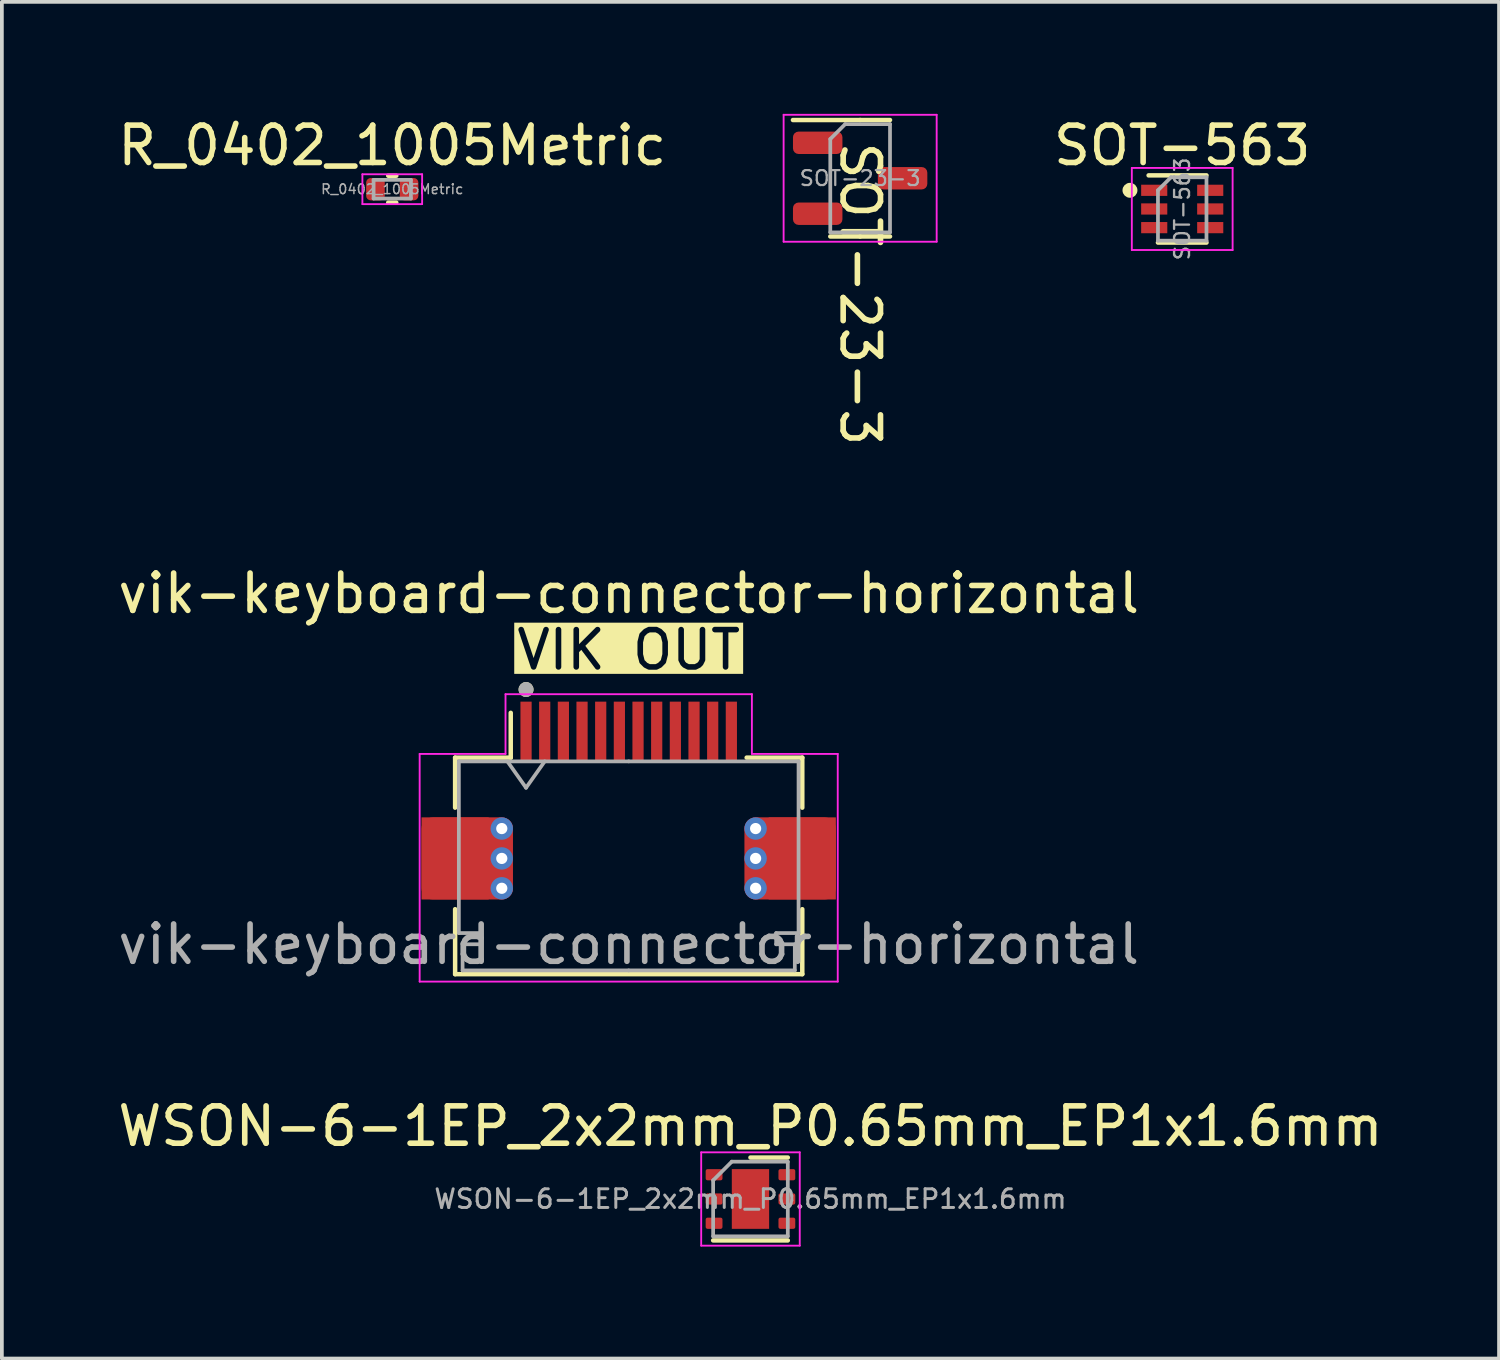
<source format=kicad_pcb>
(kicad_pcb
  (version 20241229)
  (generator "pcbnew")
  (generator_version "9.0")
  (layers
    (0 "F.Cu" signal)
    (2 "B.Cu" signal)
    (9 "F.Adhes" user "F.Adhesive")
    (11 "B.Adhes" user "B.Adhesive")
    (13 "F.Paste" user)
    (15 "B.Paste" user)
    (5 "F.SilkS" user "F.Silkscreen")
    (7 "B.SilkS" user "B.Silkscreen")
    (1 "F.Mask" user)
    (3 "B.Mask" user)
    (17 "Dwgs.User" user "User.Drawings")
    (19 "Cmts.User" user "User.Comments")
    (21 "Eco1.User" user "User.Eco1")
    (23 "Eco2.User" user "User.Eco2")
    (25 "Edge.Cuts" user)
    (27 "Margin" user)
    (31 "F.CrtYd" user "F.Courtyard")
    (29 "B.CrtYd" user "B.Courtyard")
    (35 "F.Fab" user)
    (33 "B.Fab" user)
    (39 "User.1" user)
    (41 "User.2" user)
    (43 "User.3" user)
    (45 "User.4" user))
  (footprint "R_0402_1005Metric"
    (layer "F.Cu")
    (at 7.458 2.018)
    (property "Reference" "R_0402_1005Metric" (at 0 -1.17 0) (layer "F.SilkS") (effects (font (size 1 1) (thickness 0.15))))
    (attr smd)
    (fp_line (start -0.108 -0.36) (end 0.108 -0.36) (stroke (width 0.12) (type solid)) (layer "F.SilkS"))
    (fp_line (start -0.108 0.36) (end 0.108 0.36) (stroke (width 0.12) (type solid)) (layer "F.SilkS"))
    (fp_line (start -0.8 -0.4) (end 0.8 -0.4) (stroke (width 0.05) (type solid)) (layer "F.CrtYd"))
    (fp_line (start -0.8 0.4) (end -0.8 -0.4) (stroke (width 0.05) (type solid)) (layer "F.CrtYd"))
    (fp_line (start 0.8 0.4) (end -0.8 0.4) (stroke (width 0.05) (type solid)) (layer "F.CrtYd"))
    (fp_line (start 0.8 0.4) (end 0.8 -0.4) (stroke (width 0.05) (type solid)) (layer "F.CrtYd"))
    (fp_line (start -0.5 -0.25) (end 0.5 -0.25) (stroke (width 0.1) (type solid)) (layer "F.Fab"))
    (fp_line (start -0.5 0.25) (end -0.5 -0.25) (stroke (width 0.1) (type solid)) (layer "F.Fab"))
    (fp_line (start 0.5 -0.25) (end 0.5 0.25) (stroke (width 0.1) (type solid)) (layer "F.Fab"))
    (fp_line (start 0.5 0.25) (end -0.5 0.25) (stroke (width 0.1) (type solid)) (layer "F.Fab"))
    (fp_text user "${REFERENCE}" (at 0 0 0) (layer "F.Fab") (effects (font (size 0.26 0.26) (thickness 0.04))))
    (pad "1" smd roundrect (at -0.45 0) (size 0.5 0.6) (layers "F.Cu" "F.Mask" "F.Paste") (roundrect_rratio 0.25))
    (pad "2" smd roundrect (at 0.45 0) (size 0.5 0.6) (layers "F.Cu" "F.Mask" "F.Paste") (roundrect_rratio 0.25)))
  (footprint "vik-keyboard-connector-horizontal"
    (layer "F.Cu")
    (at 13.792 18.546)
    (property "Reference" "vik-keyboard-connector-horizontal" (at 0 -5.7 0) (layer "F.SilkS") (effects (font (size 1 1) (thickness 0.15))))
    (attr smd)
    (fp_line (start -4.65 -1.3) (end -4.65 0.04) (stroke (width 0.12) (type solid)) (layer "F.SilkS"))
    (fp_line (start -4.65 2.76) (end -4.65 4.5) (stroke (width 0.12) (type solid)) (layer "F.SilkS"))
    (fp_line (start -4.65 4.5) (end 4.65 4.5) (stroke (width 0.12) (type solid)) (layer "F.SilkS"))
    (fp_line (start -3.16 -1.3) (end -4.65 -1.3) (stroke (width 0.12) (type solid)) (layer "F.SilkS"))
    (fp_line (start -3.16 -1.3) (end -3.16 -2.5) (stroke (width 0.12) (type solid)) (layer "F.SilkS"))
    (fp_line (start 3.16 -1.3) (end 4.65 -1.3) (stroke (width 0.12) (type solid)) (layer "F.SilkS"))
    (fp_line (start 4.65 -1.3) (end 4.65 0.04) (stroke (width 0.12) (type solid)) (layer "F.SilkS"))
    (fp_line (start 4.65 4.5) (end 4.65 2.76) (stroke (width 0.12) (type solid)) (layer "F.SilkS"))
    (fp_circle (center -2.75 -3.125) (end -2.65 -3.125) (stroke (width 0.2) (type solid)) (fill no) (layer "F.SilkS"))
    (fp_line (start -5.6 -1.4) (end -5.6 4.7) (stroke (width 0.05) (type solid)) (layer "F.CrtYd"))
    (fp_line (start -3.3 -1.4) (end -5.6 -1.4) (stroke (width 0.05) (type default)) (layer "F.CrtYd"))
    (fp_line (start -3.3 -1.4) (end -3.3 -3) (stroke (width 0.05) (type default)) (layer "F.CrtYd"))
    (fp_line (start 3.3 -3) (end -3.3 -3) (stroke (width 0.05) (type solid)) (layer "F.CrtYd"))
    (fp_line (start 3.3 -1.4) (end 3.3 -3) (stroke (width 0.05) (type default)) (layer "F.CrtYd"))
    (fp_line (start 5.6 -1.4) (end 3.3 -1.4) (stroke (width 0.05) (type default)) (layer "F.CrtYd"))
    (fp_line (start 5.6 4.7) (end -5.6 4.7) (stroke (width 0.05) (type default)) (layer "F.CrtYd"))
    (fp_line (start 5.6 4.7) (end 5.6 -1.4) (stroke (width 0.05) (type solid)) (layer "F.CrtYd"))
    (fp_line (start -4.55 -1.2) (end -4.55 3.4) (stroke (width 0.1) (type solid)) (layer "F.Fab"))
    (fp_line (start -4.55 3.4) (end -3.95 3.4) (stroke (width 0.1) (type solid)) (layer "F.Fab"))
    (fp_line (start -4.45 3.7) (end -4.45 4.4) (stroke (width 0.1) (type solid)) (layer "F.Fab"))
    (fp_line (start -4.45 4.4) (end 0 4.4) (stroke (width 0.1) (type solid)) (layer "F.Fab"))
    (fp_line (start -3.95 3.4) (end -3.95 3.7) (stroke (width 0.1) (type solid)) (layer "F.Fab"))
    (fp_line (start -3.95 3.7) (end -4.45 3.7) (stroke (width 0.1) (type solid)) (layer "F.Fab"))
    (fp_line (start -3.25 -1.2) (end -2.75 -0.493) (stroke (width 0.1) (type solid)) (layer "F.Fab"))
    (fp_line (start -2.75 -0.493) (end -2.25 -1.2) (stroke (width 0.1) (type solid)) (layer "F.Fab"))
    (fp_line (start 0 -1.2) (end -4.55 -1.2) (stroke (width 0.1) (type solid)) (layer "F.Fab"))
    (fp_line (start 0 -1.2) (end 4.55 -1.2) (stroke (width 0.1) (type solid)) (layer "F.Fab"))
    (fp_line (start 3.95 3.4) (end 3.95 3.7) (stroke (width 0.1) (type solid)) (layer "F.Fab"))
    (fp_line (start 3.95 3.7) (end 4.45 3.7) (stroke (width 0.1) (type solid)) (layer "F.Fab"))
    (fp_line (start 4.45 3.7) (end 4.45 4.4) (stroke (width 0.1) (type solid)) (layer "F.Fab"))
    (fp_line (start 4.45 4.4) (end 0 4.4) (stroke (width 0.1) (type solid)) (layer "F.Fab"))
    (fp_line (start 4.55 -1.2) (end 4.55 3.4) (stroke (width 0.1) (type solid)) (layer "F.Fab"))
    (fp_line (start 4.55 3.4) (end 3.95 3.4) (stroke (width 0.1) (type solid)) (layer "F.Fab"))
    (fp_circle (center -2.75 -3.125) (end -2.65 -3.125) (stroke (width 0.2) (type solid)) (fill no) (layer "F.Fab"))
    (fp_text user "VIK OUT" (at 0 -3.6 0) (unlocked yes) (layer "F.SilkS" knockout) (effects (font (size 1 1) (thickness 0.15)) (justify bottom)))
    (fp_text user "${REFERENCE}" (at 0 3.7 0) (layer "F.Fab") (effects (font (size 1 1) (thickness 0.15))))
    (pad "1" smd rect (at -2.75 -2) (size 0.3 1.6) (layers "F.Cu" "F.Mask" "F.Paste"))
    (pad "2" smd rect (at -2.25 -2) (size 0.3 1.6) (layers "F.Cu" "F.Mask" "F.Paste"))
    (pad "3" smd rect (at -1.75 -2) (size 0.3 1.6) (layers "F.Cu" "F.Mask" "F.Paste"))
    (pad "4" smd rect (at -1.25 -2) (size 0.3 1.6) (layers "F.Cu" "F.Mask" "F.Paste"))
    (pad "5" smd rect (at -0.75 -2) (size 0.3 1.6) (layers "F.Cu" "F.Mask" "F.Paste"))
    (pad "6" smd rect (at -0.25 -2) (size 0.3 1.6) (layers "F.Cu" "F.Mask" "F.Paste"))
    (pad "7" smd rect (at 0.25 -2) (size 0.3 1.6) (layers "F.Cu" "F.Mask" "F.Paste"))
    (pad "8" smd rect (at 0.75 -2) (size 0.3 1.6) (layers "F.Cu" "F.Mask" "F.Paste"))
    (pad "9" smd rect (at 1.25 -2) (size 0.3 1.6) (layers "F.Cu" "F.Mask" "F.Paste"))
    (pad "10" smd rect (at 1.75 -2) (size 0.3 1.6) (layers "F.Cu" "F.Mask" "F.Paste"))
    (pad "11" smd rect (at 2.25 -2) (size 0.3 1.6) (layers "F.Cu" "F.Mask" "F.Paste"))
    (pad "12" smd rect (at 2.75 -2) (size 0.3 1.6) (layers "F.Cu" "F.Mask" "F.Paste"))
    (pad "MP" smd rect (at -4.65 1.4) (size 1.8 2.2) (layers "F.Cu" "F.Mask" "F.Paste"))
    (pad "MP" smd roundrect (at -4.325 1.4) (size 2.45 2.2) (layers "F.Cu") (roundrect_rratio 0.136))
    (pad "MP" thru_hole circle (at -3.4 0.6) (size 0.6 0.6) (drill 0.3) (layers "*.Cu"))
    (pad "MP" thru_hole circle (at -3.4 1.4) (size 0.6 0.6) (drill 0.3) (layers "*.Cu"))
    (pad "MP" thru_hole circle (at -3.4 2.2) (size 0.6 0.6) (drill 0.3) (layers "*.Cu"))
    (pad "MP" thru_hole circle (at 3.4 0.6 180) (size 0.6 0.6) (drill 0.3) (layers "*.Cu"))
    (pad "MP" thru_hole circle (at 3.4 1.4 180) (size 0.6 0.6) (drill 0.3) (layers "*.Cu"))
    (pad "MP" thru_hole circle (at 3.4 2.2 180) (size 0.6 0.6) (drill 0.3) (layers "*.Cu"))
    (pad "MP" smd roundrect (at 4.325 1.4 180) (size 2.45 2.2) (layers "F.Cu") (roundrect_rratio 0.136))
    (pad "MP" smd rect (at 4.65 1.4) (size 1.8 2.2) (layers "F.Cu" "F.Mask" "F.Paste")))
  (footprint "SOT-23-3"
    (layer "F.Cu")
    (at 19.992 1.725)
    (property "Reference" "SOT-23-3" (at 0 3.1 270) (unlocked yes) (layer "F.SilkS") (effects (font (size 1 1) (thickness 0.15))))
    (attr smd)
    (fp_line (start 0 -1.56) (end -1.8 -1.56) (stroke (width 0.12) (type solid)) (layer "F.SilkS"))
    (fp_line (start 0 -1.56) (end 0.8 -1.56) (stroke (width 0.12) (type solid)) (layer "F.SilkS"))
    (fp_line (start 0 1.56) (end -0.8 1.56) (stroke (width 0.12) (type solid)) (layer "F.SilkS"))
    (fp_line (start 0 1.56) (end 0.8 1.56) (stroke (width 0.12) (type solid)) (layer "F.SilkS"))
    (fp_line (start -2.05 -1.7) (end -2.05 1.7) (stroke (width 0.05) (type solid)) (layer "F.CrtYd"))
    (fp_line (start -2.05 1.7) (end 2.05 1.7) (stroke (width 0.05) (type solid)) (layer "F.CrtYd"))
    (fp_line (start 2.05 -1.7) (end -2.05 -1.7) (stroke (width 0.05) (type solid)) (layer "F.CrtYd"))
    (fp_line (start 2.05 1.7) (end 2.05 -1.7) (stroke (width 0.05) (type solid)) (layer "F.CrtYd"))
    (fp_line (start -0.8 -1.05) (end -0.4 -1.45) (stroke (width 0.1) (type solid)) (layer "F.Fab"))
    (fp_line (start -0.8 1.45) (end -0.8 -1.05) (stroke (width 0.1) (type solid)) (layer "F.Fab"))
    (fp_line (start -0.4 -1.45) (end 0.8 -1.45) (stroke (width 0.1) (type solid)) (layer "F.Fab"))
    (fp_line (start 0.8 -1.45) (end 0.8 1.45) (stroke (width 0.1) (type solid)) (layer "F.Fab"))
    (fp_line (start 0.8 1.45) (end -0.8 1.45) (stroke (width 0.1) (type solid)) (layer "F.Fab"))
    (fp_text user "${REFERENCE}" (at 0 0 180) (layer "F.Fab") (effects (font (size 0.4 0.4) (thickness 0.06))))
    (pad "1" smd roundrect (at -1.137 -0.95) (size 1.325 0.6) (layers "F.Cu" "F.Mask" "F.Paste") (roundrect_rratio 0.25))
    (pad "2" smd roundrect (at -1.137 0.95) (size 1.325 0.6) (layers "F.Cu" "F.Mask" "F.Paste") (roundrect_rratio 0.25))
    (pad "3" smd roundrect (at 1.137 0) (size 1.325 0.6) (layers "F.Cu" "F.Mask" "F.Paste") (roundrect_rratio 0.25)))
  (footprint "WSON-6-1EP_2x2mm_P0.65mm_EP1x1.6mm"
    (layer "F.Cu")
    (at 17.054 29.069)
    (property "Reference" "WSON-6-1EP_2x2mm_P0.65mm_EP1x1.6mm" (at 0 -1.95 0) (layer "F.SilkS") (effects (font (size 1 1) (thickness 0.15))))
    (attr smd)
    (fp_line (start -1 1.11) (end 1 1.11) (stroke (width 0.12) (type solid)) (layer "F.SilkS"))
    (fp_line (start 0 -1.11) (end 1 -1.11) (stroke (width 0.12) (type solid)) (layer "F.SilkS"))
    (fp_line (start -1.32 -1.25) (end -1.32 1.25) (stroke (width 0.05) (type solid)) (layer "F.CrtYd"))
    (fp_line (start -1.32 1.25) (end 1.32 1.25) (stroke (width 0.05) (type solid)) (layer "F.CrtYd"))
    (fp_line (start 1.32 -1.25) (end -1.32 -1.25) (stroke (width 0.05) (type solid)) (layer "F.CrtYd"))
    (fp_line (start 1.32 1.25) (end 1.32 -1.25) (stroke (width 0.05) (type solid)) (layer "F.CrtYd"))
    (fp_line (start -1 -0.5) (end -0.5 -1) (stroke (width 0.1) (type solid)) (layer "F.Fab"))
    (fp_line (start -1 1) (end -1 -0.5) (stroke (width 0.1) (type solid)) (layer "F.Fab"))
    (fp_line (start -0.5 -1) (end 1 -1) (stroke (width 0.1) (type solid)) (layer "F.Fab"))
    (fp_line (start 1 -1) (end 1 1) (stroke (width 0.1) (type solid)) (layer "F.Fab"))
    (fp_line (start 1 1) (end -1 1) (stroke (width 0.1) (type solid)) (layer "F.Fab"))
    (fp_text user "${REFERENCE}" (at 0 0 0) (layer "F.Fab") (effects (font (size 0.5 0.5) (thickness 0.08))))
    (pad "" smd roundrect (at 0 -0.4) (size 0.81 0.64) (layers "F.Paste") (roundrect_rratio 0.25))
    (pad "" smd roundrect (at 0 0.4) (size 0.81 0.64) (layers "F.Paste") (roundrect_rratio 0.25))
    (pad "1" smd roundrect (at -0.975 -0.65) (size 0.45 0.3) (layers "F.Cu" "F.Mask" "F.Paste") (roundrect_rratio 0.167))
    (pad "2" smd roundrect (at -0.975 0) (size 0.45 0.3) (layers "F.Cu" "F.Mask" "F.Paste") (roundrect_rratio 0.167))
    (pad "3" smd roundrect (at -0.975 0.65) (size 0.45 0.3) (layers "F.Cu" "F.Mask" "F.Paste") (roundrect_rratio 0.167))
    (pad "4" smd roundrect (at 0.975 0.65) (size 0.45 0.3) (layers "F.Cu" "F.Mask" "F.Paste") (roundrect_rratio 0.167))
    (pad "5" smd roundrect (at 0.975 0) (size 0.45 0.3) (layers "F.Cu" "F.Mask" "F.Paste") (roundrect_rratio 0.167))
    (pad "6" smd roundrect (at 0.975 -0.65) (size 0.45 0.3) (layers "F.Cu" "F.Mask" "F.Paste") (roundrect_rratio 0.167))
    (pad "7" smd rect (at 0 0) (size 1 1.6) (layers "F.Cu" "F.Mask")))
  (footprint "SOT-563"
    (layer "F.Cu")
    (at 28.62 2.548)
    (property "Reference" "SOT-563" (at 0 -1.7 0) (layer "F.SilkS") (effects (font (size 1 1) (thickness 0.15))))
    (attr smd)
    (fp_line (start -0.9 -0.9) (end 0.65 -0.9) (stroke (width 0.12) (type solid)) (layer "F.SilkS"))
    (fp_line (start 0.65 0.9) (end -0.65 0.9) (stroke (width 0.12) (type solid)) (layer "F.SilkS"))
    (fp_circle (center -1.4 -0.5) (end -1.3 -0.5) (stroke (width 0.2) (type solid)) (fill no) (layer "F.SilkS"))
    (fp_line (start -1.35 -1.1) (end -1.35 1.1) (stroke (width 0.05) (type solid)) (layer "F.CrtYd"))
    (fp_line (start -1.35 -1.1) (end 1.35 -1.1) (stroke (width 0.05) (type solid)) (layer "F.CrtYd"))
    (fp_line (start 1.35 1.1) (end -1.35 1.1) (stroke (width 0.05) (type solid)) (layer "F.CrtYd"))
    (fp_line (start 1.35 1.1) (end 1.35 -1.1) (stroke (width 0.05) (type solid)) (layer "F.CrtYd"))
    (fp_line (start -0.65 -0.5) (end -0.65 0.85) (stroke (width 0.1) (type solid)) (layer "F.Fab"))
    (fp_line (start -0.65 -0.5) (end -0.3 -0.85) (stroke (width 0.1) (type solid)) (layer "F.Fab"))
    (fp_line (start -0.65 0.85) (end 0.65 0.85) (stroke (width 0.1) (type solid)) (layer "F.Fab"))
    (fp_line (start 0.65 -0.85) (end -0.3 -0.85) (stroke (width 0.1) (type solid)) (layer "F.Fab"))
    (fp_line (start 0.65 0.85) (end 0.65 -0.85) (stroke (width 0.1) (type solid)) (layer "F.Fab"))
    (fp_text user "${REFERENCE}" (at 0 0 90) (layer "F.Fab") (effects (font (size 0.4 0.4) (thickness 0.062))))
    (pad "1" smd rect (at -0.75 -0.5) (size 0.7 0.3) (layers "F.Cu" "F.Mask" "F.Paste"))
    (pad "2" smd rect (at -0.75 0) (size 0.7 0.3) (layers "F.Cu" "F.Mask" "F.Paste"))
    (pad "3" smd rect (at -0.75 0.5) (size 0.7 0.3) (layers "F.Cu" "F.Mask" "F.Paste"))
    (pad "4" smd rect (at 0.75 0.5) (size 0.7 0.3) (layers "F.Cu" "F.Mask" "F.Paste"))
    (pad "5" smd rect (at 0.75 0) (size 0.7 0.3) (layers "F.Cu" "F.Mask" "F.Paste"))
    (pad "6" smd rect (at 0.75 -0.5) (size 0.7 0.3) (layers "F.Cu" "F.Mask" "F.Paste")))
  (gr_rect
    (start -3 -3)
    (end 37.107 33.344)
    (stroke (width 0.1) (type default))
    (fill no)
    (layer "Edge.Cuts")))
</source>
